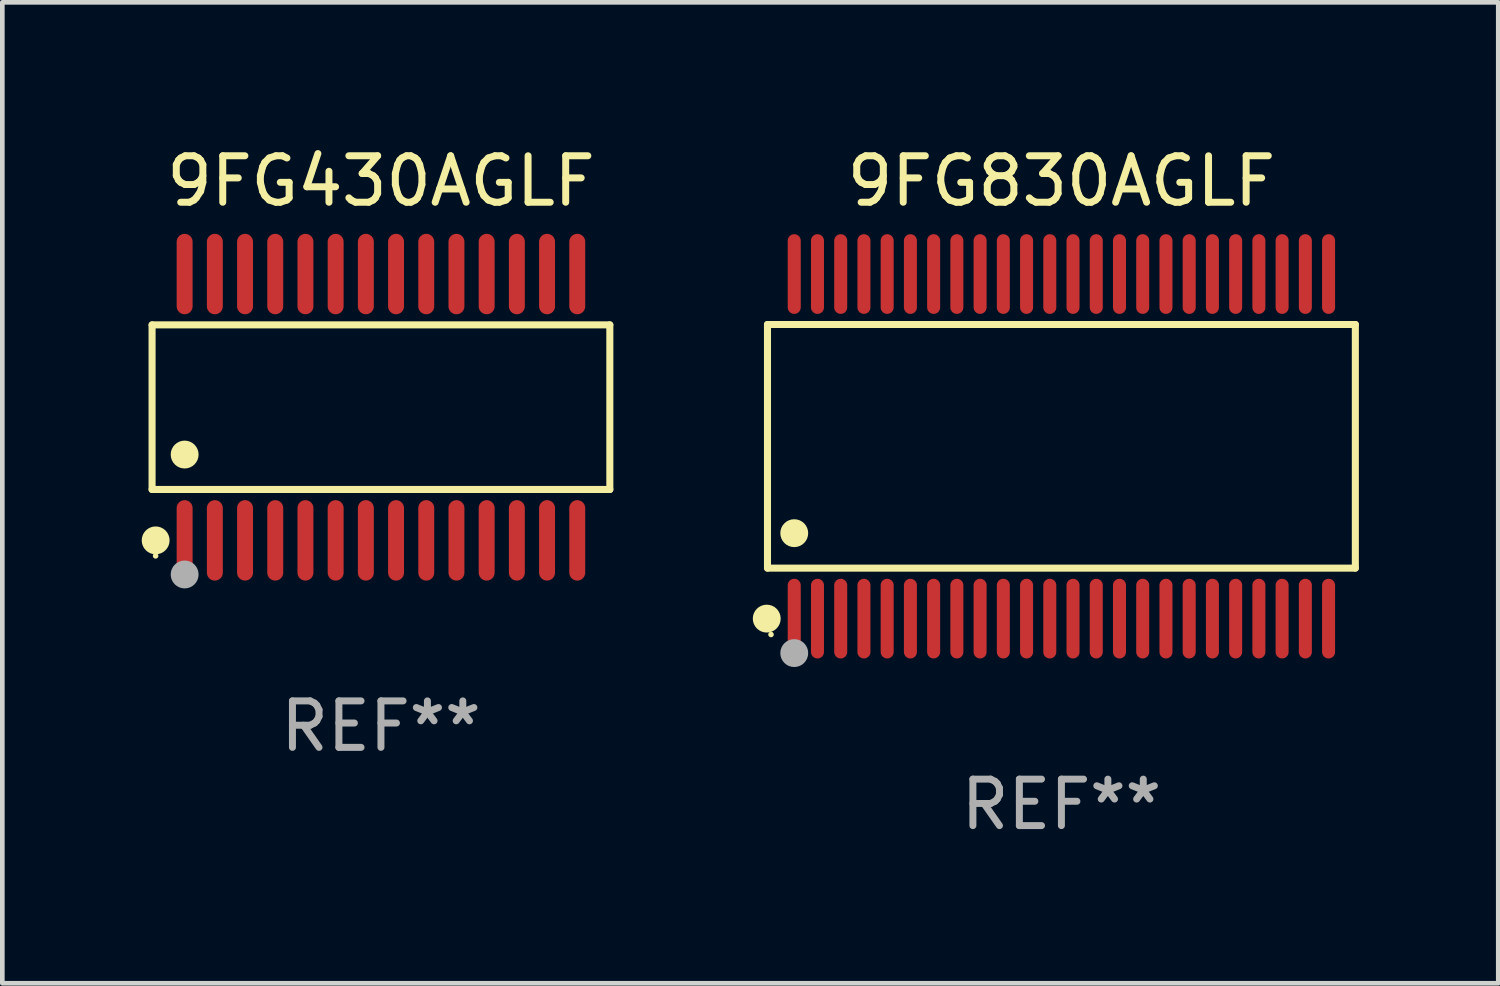
<source format=kicad_pcb>
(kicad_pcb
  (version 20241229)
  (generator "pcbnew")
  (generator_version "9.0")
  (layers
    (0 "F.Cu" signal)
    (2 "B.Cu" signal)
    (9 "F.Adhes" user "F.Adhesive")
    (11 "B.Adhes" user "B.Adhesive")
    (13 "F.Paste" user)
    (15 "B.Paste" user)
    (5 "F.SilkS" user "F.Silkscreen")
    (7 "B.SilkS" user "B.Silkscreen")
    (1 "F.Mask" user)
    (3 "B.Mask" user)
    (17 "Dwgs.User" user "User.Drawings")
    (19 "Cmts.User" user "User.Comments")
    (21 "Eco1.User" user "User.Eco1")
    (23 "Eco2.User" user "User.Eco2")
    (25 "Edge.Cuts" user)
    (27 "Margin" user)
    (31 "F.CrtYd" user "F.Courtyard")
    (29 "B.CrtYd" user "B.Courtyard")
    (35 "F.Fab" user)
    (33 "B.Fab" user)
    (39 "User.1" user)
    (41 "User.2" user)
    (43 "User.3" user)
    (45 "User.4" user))
  (footprint "9FG430AGLF"
    (layer "F.Cu")
    (at 5.149 5.714)
    (property "Reference" "9FG430AGLF" (at 0 -4.866 0) (layer "F.SilkS") (effects (font (size 1 1) (thickness 0.15))))
    (attr through_hole)
    (fp_line (start -4.926 -1.772) (end 4.926 -1.772) (stroke (width 0.152) (type solid)) (layer "F.SilkS"))
    (fp_line (start -4.926 1.771) (end -4.926 -1.772) (stroke (width 0.152) (type solid)) (layer "F.SilkS"))
    (fp_line (start 4.926 -1.772) (end 4.926 1.771) (stroke (width 0.152) (type solid)) (layer "F.SilkS"))
    (fp_line (start 4.926 1.771) (end -4.926 1.771) (stroke (width 0.152) (type solid)) (layer "F.SilkS"))
    (fp_circle (center -4.85 3.2) (end -4.82 3.2) (stroke (width 0.06) (type solid)) (fill no) (layer "F.SilkS"))
    (fp_circle (center -4.849 2.866) (end -4.699 2.866) (stroke (width 0.3) (type solid)) (fill no) (layer "F.SilkS"))
    (fp_circle (center -4.225 1.019) (end -4.075 1.019) (stroke (width 0.3) (type solid)) (fill no) (layer "F.SilkS"))
    (fp_circle (center -4.225 3.6) (end -4.075 3.6) (stroke (width 0.3) (type solid)) (fill no) (layer "F.Fab"))
    (fp_text user "REF**" (at 0 6.866 0) (layer "F.Fab") (effects (font (size 1 1) (thickness 0.15))))
    (pad "1" smd oval (at -4.225 2.866) (size 0.343 1.731) (layers "F.Cu" "F.Mask" "F.Paste"))
    (pad "2" smd oval (at -3.575 2.866) (size 0.343 1.731) (layers "F.Cu" "F.Mask" "F.Paste"))
    (pad "3" smd oval (at -2.925 2.866) (size 0.343 1.731) (layers "F.Cu" "F.Mask" "F.Paste"))
    (pad "4" smd oval (at -2.275 2.866) (size 0.343 1.731) (layers "F.Cu" "F.Mask" "F.Paste"))
    (pad "5" smd oval (at -1.625 2.866) (size 0.343 1.731) (layers "F.Cu" "F.Mask" "F.Paste"))
    (pad "6" smd oval (at -0.975 2.866) (size 0.343 1.731) (layers "F.Cu" "F.Mask" "F.Paste"))
    (pad "7" smd oval (at -0.325 2.866) (size 0.343 1.731) (layers "F.Cu" "F.Mask" "F.Paste"))
    (pad "8" smd oval (at 0.325 2.866) (size 0.343 1.731) (layers "F.Cu" "F.Mask" "F.Paste"))
    (pad "9" smd oval (at 0.975 2.866) (size 0.343 1.731) (layers "F.Cu" "F.Mask" "F.Paste"))
    (pad "10" smd oval (at 1.625 2.866) (size 0.343 1.731) (layers "F.Cu" "F.Mask" "F.Paste"))
    (pad "11" smd oval (at 2.275 2.866) (size 0.343 1.731) (layers "F.Cu" "F.Mask" "F.Paste"))
    (pad "12" smd oval (at 2.925 2.866) (size 0.343 1.731) (layers "F.Cu" "F.Mask" "F.Paste"))
    (pad "13" smd oval (at 3.575 2.866) (size 0.343 1.731) (layers "F.Cu" "F.Mask" "F.Paste"))
    (pad "14" smd oval (at 4.225 2.866) (size 0.343 1.731) (layers "F.Cu" "F.Mask" "F.Paste"))
    (pad "15" smd oval (at 4.225 -2.866) (size 0.343 1.731) (layers "F.Cu" "F.Mask" "F.Paste"))
    (pad "16" smd oval (at 3.575 -2.866) (size 0.343 1.731) (layers "F.Cu" "F.Mask" "F.Paste"))
    (pad "17" smd oval (at 2.925 -2.866) (size 0.343 1.731) (layers "F.Cu" "F.Mask" "F.Paste"))
    (pad "18" smd oval (at 2.275 -2.866) (size 0.343 1.731) (layers "F.Cu" "F.Mask" "F.Paste"))
    (pad "19" smd oval (at 1.625 -2.866) (size 0.343 1.731) (layers "F.Cu" "F.Mask" "F.Paste"))
    (pad "20" smd oval (at 0.975 -2.866) (size 0.343 1.731) (layers "F.Cu" "F.Mask" "F.Paste"))
    (pad "21" smd oval (at 0.325 -2.866) (size 0.343 1.731) (layers "F.Cu" "F.Mask" "F.Paste"))
    (pad "22" smd oval (at -0.325 -2.866) (size 0.343 1.731) (layers "F.Cu" "F.Mask" "F.Paste"))
    (pad "23" smd oval (at -0.975 -2.866) (size 0.343 1.731) (layers "F.Cu" "F.Mask" "F.Paste"))
    (pad "24" smd oval (at -1.625 -2.866) (size 0.343 1.731) (layers "F.Cu" "F.Mask" "F.Paste"))
    (pad "25" smd oval (at -2.275 -2.866) (size 0.343 1.731) (layers "F.Cu" "F.Mask" "F.Paste"))
    (pad "26" smd oval (at -2.925 -2.866) (size 0.343 1.731) (layers "F.Cu" "F.Mask" "F.Paste"))
    (pad "27" smd oval (at -3.575 -2.866) (size 0.343 1.731) (layers "F.Cu" "F.Mask" "F.Paste"))
    (pad "28" smd oval (at -4.225 -2.866) (size 0.343 1.731) (layers "F.Cu" "F.Mask" "F.Paste")))
  (footprint "9FG830AGLF"
    (layer "F.Cu")
    (at 19.794 6.556)
    (property "Reference" "9FG830AGLF" (at 0 -5.708 0) (layer "F.SilkS") (effects (font (size 1 1) (thickness 0.15))))
    (attr through_hole)
    (fp_line (start -6.326 -2.622) (end 6.326 -2.622) (stroke (width 0.152) (type solid)) (layer "F.SilkS"))
    (fp_line (start -6.326 2.621) (end -6.326 -2.622) (stroke (width 0.152) (type solid)) (layer "F.SilkS"))
    (fp_line (start 6.326 -2.622) (end 6.326 2.621) (stroke (width 0.152) (type solid)) (layer "F.SilkS"))
    (fp_line (start 6.326 2.621) (end -6.326 2.621) (stroke (width 0.152) (type solid)) (layer "F.SilkS"))
    (fp_circle (center -6.342 3.708) (end -6.192 3.708) (stroke (width 0.3) (type solid)) (fill no) (layer "F.SilkS"))
    (fp_circle (center -6.25 4.05) (end -6.22 4.05) (stroke (width 0.06) (type solid)) (fill no) (layer "F.SilkS"))
    (fp_circle (center -5.75 1.869) (end -5.6 1.869) (stroke (width 0.3) (type solid)) (fill no) (layer "F.SilkS"))
    (fp_circle (center -5.75 4.45) (end -5.6 4.45) (stroke (width 0.3) (type solid)) (fill no) (layer "F.Fab"))
    (fp_text user "REF**" (at 0 7.708 0) (layer "F.Fab") (effects (font (size 1 1) (thickness 0.15))))
    (pad "1" smd oval (at -5.75 3.708) (size 0.28 1.715) (layers "F.Cu" "F.Mask" "F.Paste"))
    (pad "2" smd oval (at -5.25 3.708) (size 0.28 1.715) (layers "F.Cu" "F.Mask" "F.Paste"))
    (pad "3" smd oval (at -4.75 3.708) (size 0.28 1.715) (layers "F.Cu" "F.Mask" "F.Paste"))
    (pad "4" smd oval (at -4.25 3.708) (size 0.28 1.715) (layers "F.Cu" "F.Mask" "F.Paste"))
    (pad "5" smd oval (at -3.75 3.708) (size 0.28 1.715) (layers "F.Cu" "F.Mask" "F.Paste"))
    (pad "6" smd oval (at -3.25 3.708) (size 0.28 1.715) (layers "F.Cu" "F.Mask" "F.Paste"))
    (pad "7" smd oval (at -2.75 3.708) (size 0.28 1.715) (layers "F.Cu" "F.Mask" "F.Paste"))
    (pad "8" smd oval (at -2.25 3.708) (size 0.28 1.715) (layers "F.Cu" "F.Mask" "F.Paste"))
    (pad "9" smd oval (at -1.75 3.708) (size 0.28 1.715) (layers "F.Cu" "F.Mask" "F.Paste"))
    (pad "10" smd oval (at -1.25 3.708) (size 0.28 1.715) (layers "F.Cu" "F.Mask" "F.Paste"))
    (pad "11" smd oval (at -0.75 3.708) (size 0.28 1.715) (layers "F.Cu" "F.Mask" "F.Paste"))
    (pad "12" smd oval (at -0.25 3.708) (size 0.28 1.715) (layers "F.Cu" "F.Mask" "F.Paste"))
    (pad "13" smd oval (at 0.25 3.708) (size 0.28 1.715) (layers "F.Cu" "F.Mask" "F.Paste"))
    (pad "14" smd oval (at 0.75 3.708) (size 0.28 1.715) (layers "F.Cu" "F.Mask" "F.Paste"))
    (pad "15" smd oval (at 1.25 3.708) (size 0.28 1.715) (layers "F.Cu" "F.Mask" "F.Paste"))
    (pad "16" smd oval (at 1.75 3.708) (size 0.28 1.715) (layers "F.Cu" "F.Mask" "F.Paste"))
    (pad "17" smd oval (at 2.25 3.708) (size 0.28 1.715) (layers "F.Cu" "F.Mask" "F.Paste"))
    (pad "18" smd oval (at 2.75 3.708) (size 0.28 1.715) (layers "F.Cu" "F.Mask" "F.Paste"))
    (pad "19" smd oval (at 3.25 3.708) (size 0.28 1.715) (layers "F.Cu" "F.Mask" "F.Paste"))
    (pad "20" smd oval (at 3.75 3.708) (size 0.28 1.715) (layers "F.Cu" "F.Mask" "F.Paste"))
    (pad "21" smd oval (at 4.25 3.708) (size 0.28 1.715) (layers "F.Cu" "F.Mask" "F.Paste"))
    (pad "22" smd oval (at 4.75 3.708) (size 0.28 1.715) (layers "F.Cu" "F.Mask" "F.Paste"))
    (pad "23" smd oval (at 5.25 3.708) (size 0.28 1.715) (layers "F.Cu" "F.Mask" "F.Paste"))
    (pad "24" smd oval (at 5.75 3.708) (size 0.28 1.715) (layers "F.Cu" "F.Mask" "F.Paste"))
    (pad "25" smd oval (at 5.75 -3.708) (size 0.28 1.715) (layers "F.Cu" "F.Mask" "F.Paste"))
    (pad "26" smd oval (at 5.25 -3.708) (size 0.28 1.715) (layers "F.Cu" "F.Mask" "F.Paste"))
    (pad "27" smd oval (at 4.75 -3.708) (size 0.28 1.715) (layers "F.Cu" "F.Mask" "F.Paste"))
    (pad "28" smd oval (at 4.25 -3.708) (size 0.28 1.715) (layers "F.Cu" "F.Mask" "F.Paste"))
    (pad "29" smd oval (at 3.75 -3.708) (size 0.28 1.715) (layers "F.Cu" "F.Mask" "F.Paste"))
    (pad "30" smd oval (at 3.25 -3.708) (size 0.28 1.715) (layers "F.Cu" "F.Mask" "F.Paste"))
    (pad "31" smd oval (at 2.75 -3.708) (size 0.28 1.715) (layers "F.Cu" "F.Mask" "F.Paste"))
    (pad "32" smd oval (at 2.25 -3.708) (size 0.28 1.715) (layers "F.Cu" "F.Mask" "F.Paste"))
    (pad "33" smd oval (at 1.75 -3.708) (size 0.28 1.715) (layers "F.Cu" "F.Mask" "F.Paste"))
    (pad "34" smd oval (at 1.25 -3.708) (size 0.28 1.715) (layers "F.Cu" "F.Mask" "F.Paste"))
    (pad "35" smd oval (at 0.75 -3.708) (size 0.28 1.715) (layers "F.Cu" "F.Mask" "F.Paste"))
    (pad "36" smd oval (at 0.25 -3.708) (size 0.28 1.715) (layers "F.Cu" "F.Mask" "F.Paste"))
    (pad "37" smd oval (at -0.25 -3.708) (size 0.28 1.715) (layers "F.Cu" "F.Mask" "F.Paste"))
    (pad "38" smd oval (at -0.75 -3.708) (size 0.28 1.715) (layers "F.Cu" "F.Mask" "F.Paste"))
    (pad "39" smd oval (at -1.25 -3.708) (size 0.28 1.715) (layers "F.Cu" "F.Mask" "F.Paste"))
    (pad "40" smd oval (at -1.75 -3.708) (size 0.28 1.715) (layers "F.Cu" "F.Mask" "F.Paste"))
    (pad "41" smd oval (at -2.25 -3.708) (size 0.28 1.715) (layers "F.Cu" "F.Mask" "F.Paste"))
    (pad "42" smd oval (at -2.75 -3.708) (size 0.28 1.715) (layers "F.Cu" "F.Mask" "F.Paste"))
    (pad "43" smd oval (at -3.25 -3.708) (size 0.28 1.715) (layers "F.Cu" "F.Mask" "F.Paste"))
    (pad "44" smd oval (at -3.75 -3.708) (size 0.28 1.715) (layers "F.Cu" "F.Mask" "F.Paste"))
    (pad "45" smd oval (at -4.25 -3.708) (size 0.28 1.715) (layers "F.Cu" "F.Mask" "F.Paste"))
    (pad "46" smd oval (at -4.75 -3.708) (size 0.28 1.715) (layers "F.Cu" "F.Mask" "F.Paste"))
    (pad "47" smd oval (at -5.25 -3.708) (size 0.28 1.715) (layers "F.Cu" "F.Mask" "F.Paste"))
    (pad "48" smd oval (at -5.75 -3.708) (size 0.28 1.715) (layers "F.Cu" "F.Mask" "F.Paste")))
  (gr_rect
    (start -3 -3)
    (end 29.196 18.112)
    (stroke (width 0.1) (type default))
    (fill no)
    (layer "Edge.Cuts")))
</source>
